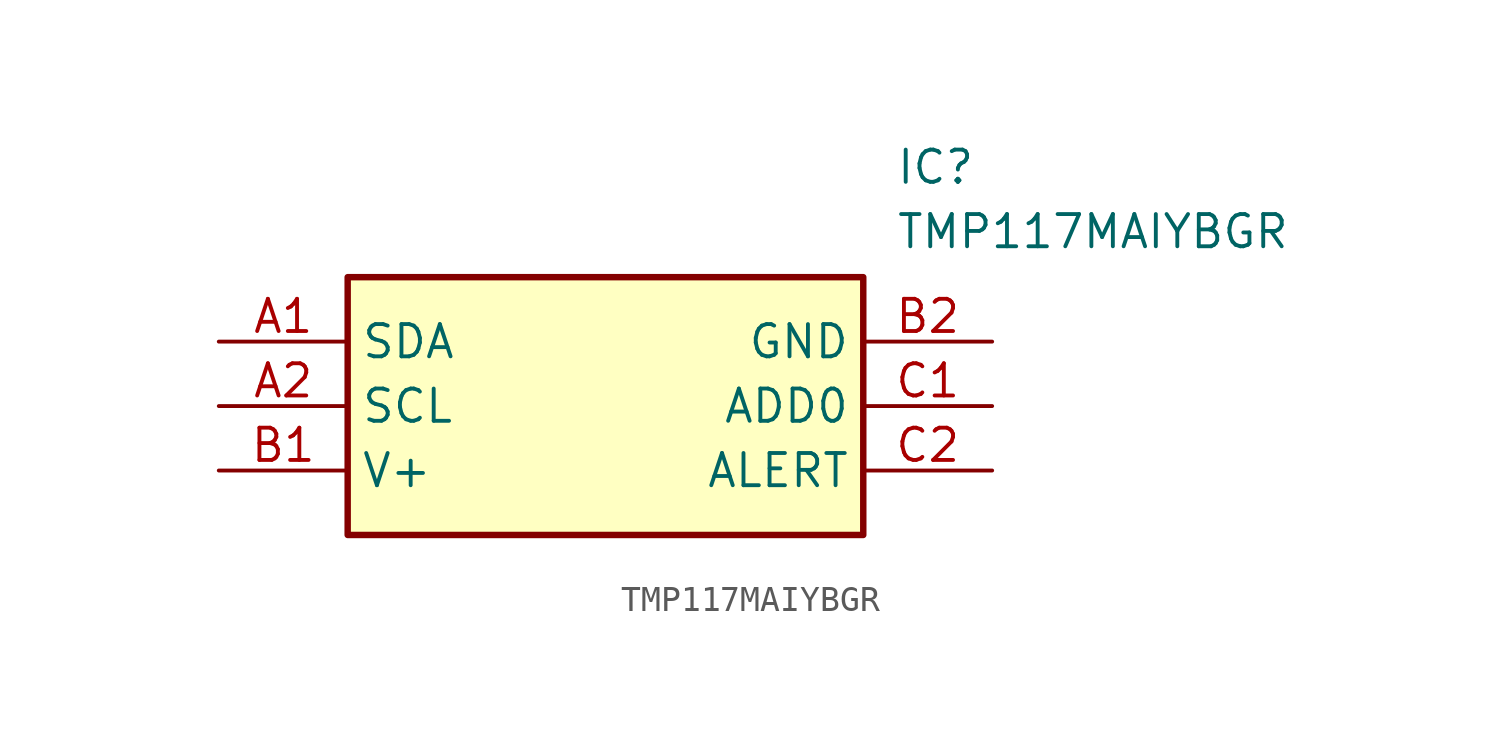
<source format=kicad_sym>
(kicad_symbol_lib
  (version 20211014)
  (generator SamacSys_ECAD_Model)
  (symbol "TMP117MAIYBGR"
    (property "Reference" "IC"
      (at 26.67 7.62 0)
      (effects (font (size 1.27 1.27)) (justify left top)))
    (property "Value" "TMP117MAIYBGR"
      (at 26.67 5.08 0)
      (effects (font (size 1.27 1.27)) (justify left top)))
    (rectangle
      (start 5.08 2.54)
      (end 25.4 -7.62)
      (stroke (width 0.254) (type default))
      (fill (type background)))
    (pin passive line
      (at 0 0 0)
      (length 5.08)
      (name "SDA" (effects (font (size 1.27 1.27))))
      (number "A1" (effects (font (size 1.27 1.27)))))
    (pin passive line
      (at 0 -2.54 0)
      (length 5.08)
      (name "SCL" (effects (font (size 1.27 1.27))))
      (number "A2" (effects (font (size 1.27 1.27)))))
    (pin passive line
      (at 0 -5.08 0)
      (length 5.08)
      (name "V+" (effects (font (size 1.27 1.27))))
      (number "B1" (effects (font (size 1.27 1.27)))))
    (pin passive line
      (at 30.48 0 180)
      (length 5.08)
      (name "GND" (effects (font (size 1.27 1.27))))
      (number "B2" (effects (font (size 1.27 1.27)))))
    (pin passive line
      (at 30.48 -2.54 180)
      (length 5.08)
      (name "ADD0" (effects (font (size 1.27 1.27))))
      (number "C1" (effects (font (size 1.27 1.27)))))
    (pin passive line
      (at 30.48 -5.08 180)
      (length 5.08)
      (name "ALERT" (effects (font (size 1.27 1.27))))
      (number "C2" (effects (font (size 1.27 1.27)))))))
</source>
